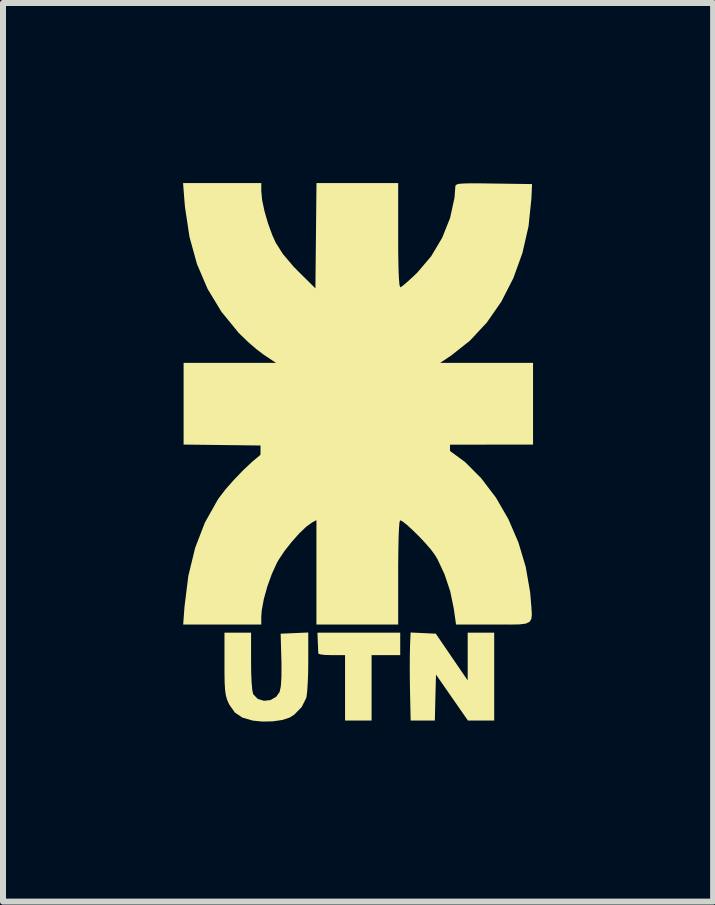
<source format=kicad_pcb>
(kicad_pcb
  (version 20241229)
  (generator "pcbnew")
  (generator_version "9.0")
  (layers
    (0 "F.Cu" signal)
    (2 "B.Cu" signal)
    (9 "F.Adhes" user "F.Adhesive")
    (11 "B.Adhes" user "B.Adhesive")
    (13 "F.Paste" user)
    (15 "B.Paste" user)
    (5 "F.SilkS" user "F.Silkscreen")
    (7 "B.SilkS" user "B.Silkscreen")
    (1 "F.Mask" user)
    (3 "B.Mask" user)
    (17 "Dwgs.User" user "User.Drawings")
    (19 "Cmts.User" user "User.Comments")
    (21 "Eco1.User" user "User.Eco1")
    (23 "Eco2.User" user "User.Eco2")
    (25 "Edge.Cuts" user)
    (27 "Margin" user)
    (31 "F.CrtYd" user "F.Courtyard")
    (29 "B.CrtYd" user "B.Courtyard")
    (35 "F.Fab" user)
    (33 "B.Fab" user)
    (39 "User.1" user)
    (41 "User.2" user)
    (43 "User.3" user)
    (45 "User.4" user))
  (footprint "utn"
    (layer "F.Cu")
    (at 2.869 4.171)
    (property "Reference" "utn" (at 0 0 0) (layer "F.SilkS") (effects (font (size 1.5 1.5) (thickness 0.3))))
    (attr board_only exclude_from_pos_files exclude_from_bom)
    (fp_poly (pts (xy 0.06 3.32) (xy 0.749 3.32) (xy 0.749 3.507) (xy 0.749 3.694) (xy 0.511 3.694) (xy 0.272 3.694) (xy 0.272 4.239) (xy 0.272 4.784) (xy 0.051 4.784) (xy -0.17 4.784) (xy -0.17 4.239) (xy -0.17 3.694) (xy -0.392 3.694) (xy -0.505 3.691) (xy -0.585 3.681) (xy -0.615 3.669) (xy -0.618 3.622) (xy -0.621 3.533) (xy -0.624 3.481) (xy -0.63 3.32)) (stroke (width 0) (type solid)) (fill yes) (layer "F.SilkS"))
    (fp_poly (pts (xy 1.132 3.327) (xy 1.342 3.337) (xy 1.607 3.726) (xy 1.873 4.115) (xy 1.873 3.717) (xy 1.873 3.32) (xy 2.094 3.32) (xy 2.315 3.32) (xy 2.315 4.052) (xy 2.315 4.784) (xy 2.096 4.784) (xy 1.877 4.784) (xy 1.611 4.401) (xy 1.345 4.018) (xy 1.335 4.401) (xy 1.326 4.784) (xy 1.124 4.784) (xy 0.923 4.784) (xy 0.912 4.282) (xy 0.909 4.08) (xy 0.908 3.881) (xy 0.909 3.704) (xy 0.912 3.57) (xy 0.912 3.548) (xy 0.922 3.317)) (stroke (width 0) (type solid)) (fill yes) (layer "F.SilkS"))
    (fp_poly (pts (xy -0.783 3.804) (xy -0.785 3.989) (xy -0.792 4.16) (xy -0.801 4.299) (xy -0.813 4.391) (xy -0.816 4.406) (xy -0.893 4.56) (xy -1.019 4.688) (xy -1.095 4.735) (xy -1.213 4.774) (xy -1.372 4.797) (xy -1.546 4.801) (xy -1.707 4.785) (xy -1.88 4.735) (xy -2.006 4.65) (xy -2.098 4.52) (xy -2.109 4.498) (xy -2.137 4.433) (xy -2.156 4.363) (xy -2.169 4.274) (xy -2.176 4.153) (xy -2.179 3.986) (xy -2.179 3.837) (xy -2.179 3.32) (xy -1.958 3.32) (xy -1.736 3.32) (xy -1.736 3.799) (xy -1.734 3.986) (xy -1.727 4.148) (xy -1.716 4.27) (xy -1.703 4.339) (xy -1.7 4.345) (xy -1.625 4.423) (xy -1.522 4.455) (xy -1.412 4.443) (xy -1.316 4.387) (xy -1.26 4.307) (xy -1.24 4.214) (xy -1.23 4.057) (xy -1.229 3.837) (xy -1.231 3.773) (xy -1.243 3.337) (xy -1.013 3.327) (xy -0.783 3.317)) (stroke (width 0) (type solid)) (fill yes) (layer "F.SilkS"))
    (fp_poly (pts (xy -1.566 -4.04) (xy -1.552 -3.889) (xy -1.512 -3.701) (xy -1.453 -3.498) (xy -1.382 -3.303) (xy -1.326 -3.179) (xy -1.205 -2.988) (xy -1.027 -2.778) (xy -0.94 -2.69) (xy -0.664 -2.417) (xy -0.655 -3.294) (xy -0.646 -4.171) (xy 0.035 -4.171) (xy 0.715 -4.171) (xy 0.715 -3.303) (xy 0.716 -3.003) (xy 0.72 -2.764) (xy 0.727 -2.589) (xy 0.736 -2.479) (xy 0.748 -2.435) (xy 0.75 -2.434) (xy 0.787 -2.457) (xy 0.86 -2.518) (xy 0.958 -2.607) (xy 1.035 -2.681) (xy 1.265 -2.952) (xy 1.448 -3.259) (xy 1.58 -3.589) (xy 1.654 -3.93) (xy 1.667 -4.112) (xy 1.672 -4.133) (xy 1.692 -4.148) (xy 1.735 -4.159) (xy 1.811 -4.164) (xy 1.929 -4.167) (xy 2.098 -4.166) (xy 2.307 -4.163) (xy 2.945 -4.154) (xy 2.935 -3.916) (xy 2.887 -3.451) (xy 2.785 -3.005) (xy 2.633 -2.585) (xy 2.434 -2.196) (xy 2.191 -1.846) (xy 1.908 -1.543) (xy 1.601 -1.3) (xy 1.414 -1.175) (xy 2.188 -1.175) (xy 2.962 -1.175) (xy 2.962 -0.494) (xy 2.962 0.187) (xy 2.188 0.187) (xy 1.413 0.188) (xy 1.532 0.259) (xy 1.829 0.476) (xy 2.101 0.75) (xy 2.344 1.07) (xy 2.551 1.428) (xy 2.718 1.816) (xy 2.84 2.223) (xy 2.913 2.642) (xy 2.923 2.753) (xy 2.935 2.903) (xy 2.942 3.013) (xy 2.934 3.091) (xy 2.903 3.14) (xy 2.841 3.169) (xy 2.739 3.182) (xy 2.588 3.185) (xy 2.381 3.184) (xy 2.301 3.184) (xy 1.679 3.184) (xy 1.641 2.916) (xy 1.582 2.631) (xy 1.488 2.349) (xy 1.371 2.098) (xy 1.324 2.02) (xy 1.261 1.935) (xy 1.171 1.831) (xy 1.067 1.72) (xy 0.96 1.615) (xy 0.863 1.526) (xy 0.787 1.466) (xy 0.748 1.447) (xy 0.737 1.48) (xy 0.729 1.576) (xy 0.722 1.731) (xy 0.718 1.938) (xy 0.715 2.193) (xy 0.715 2.315) (xy 0.715 3.184) (xy 0.034 3.184) (xy -0.647 3.184) (xy -0.647 2.314) (xy -0.647 1.445) (xy -0.718 1.483) (xy -0.816 1.554) (xy -0.934 1.667) (xy -1.059 1.807) (xy -1.178 1.958) (xy -1.275 2.103) (xy -1.306 2.158) (xy -1.39 2.342) (xy -1.465 2.55) (xy -1.523 2.759) (xy -1.558 2.947) (xy -1.566 3.053) (xy -1.566 3.184) (xy -2.217 3.184) (xy -2.867 3.184) (xy -2.845 2.886) (xy -2.781 2.373) (xy -2.668 1.908) (xy -2.506 1.487) (xy -2.295 1.111) (xy -2.271 1.075) (xy -2.162 0.933) (xy -2.022 0.774) (xy -1.868 0.614) (xy -1.714 0.469) (xy -1.577 0.355) (xy -1.522 0.317) (xy -1.346 0.204) (xy -2.103 0.195) (xy -2.86 0.186) (xy -2.86 -0.494) (xy -2.86 -1.175) (xy -2.09 -1.175) (xy -1.32 -1.175) (xy -1.525 -1.311) (xy -1.648 -1.404) (xy -1.788 -1.525) (xy -1.919 -1.652) (xy -1.944 -1.677) (xy -2.23 -2.027) (xy -2.46 -2.407) (xy -2.637 -2.821) (xy -2.762 -3.274) (xy -2.837 -3.77) (xy -2.845 -3.865) (xy -2.869 -4.171) (xy -2.218 -4.171) (xy -1.566 -4.171)) (stroke (width 0) (type solid)) (fill yes) (layer "F.SilkS")))
  (gr_rect
    (start -3 -3)
    (end 8.831 11.972)
    (stroke (width 0.1) (type default))
    (fill no)
    (layer "Edge.Cuts")))
</source>
